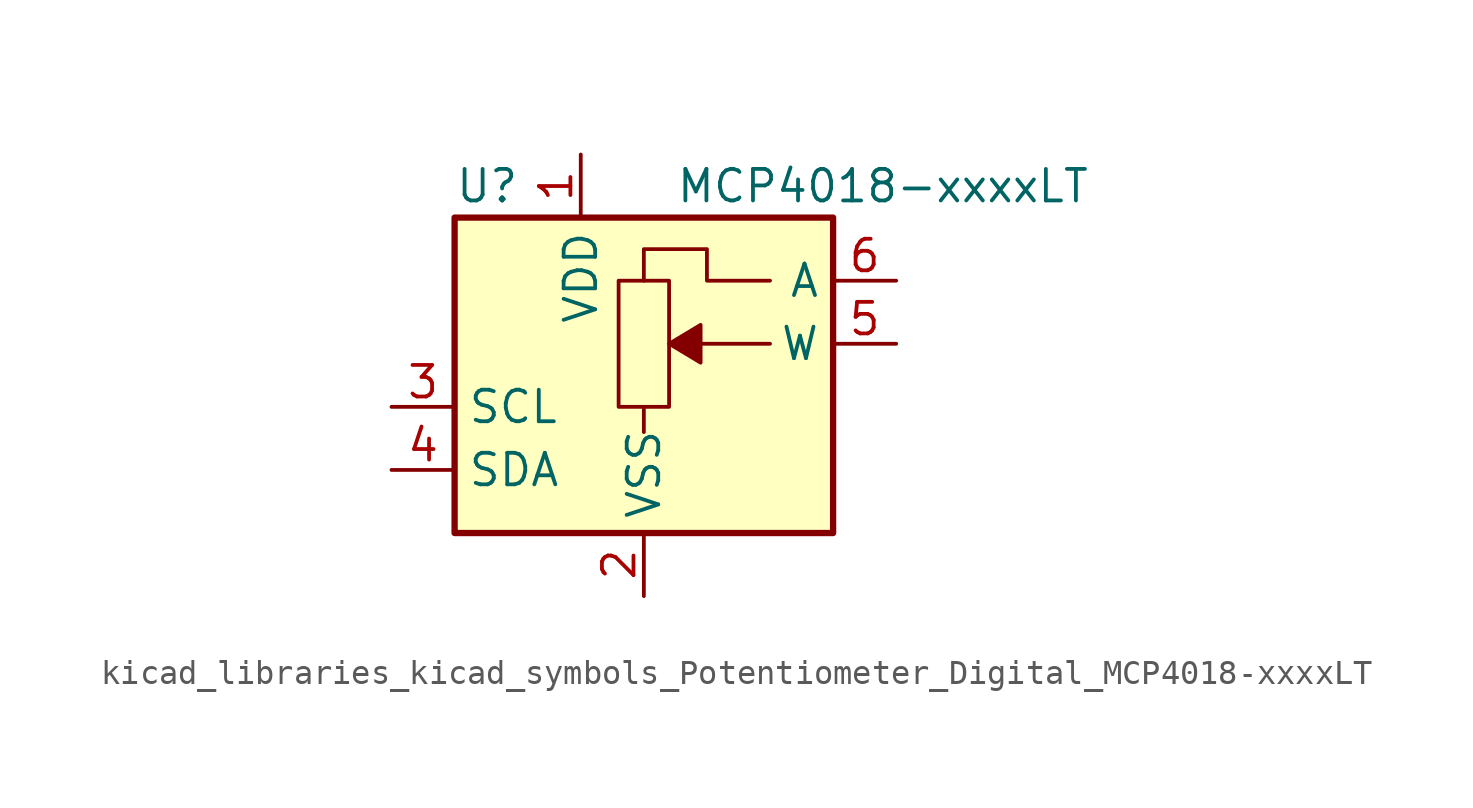
<source format=kicad_sym>
(kicad_symbol_lib
  (version 20220914)
  (generator kicad_symbol_editor)
  (symbol "kicad_libraries_kicad_symbols_Potentiometer_Digital_MCP4018-xxxxLT"
    (property "Reference" "U"
      (at -7.62 8.89 0)
      (effects (font (size 1.27 1.27)) (justify left)))
    (property "Value" "MCP4018-xxxxLT"
      (at 1.27 8.89 0)
      (effects (font (size 1.27 1.27)) (justify left)))
    (symbol "kicad_libraries_kicad_symbols_Potentiometer_Digital_MCP4018-xxxxLT_0_1"
      (polyline (pts (xy 0 0) (xy 0 -1.016)) (stroke (width 0) (type default)) (fill (type none)))
      (polyline (pts (xy 5.08 5.08) (xy 2.54 5.08) (xy 2.54 6.35) (xy 0 6.35) (xy 0 5.08)) (stroke (width 0) (type default)) (fill (type none))))
    (symbol "kicad_libraries_kicad_symbols_Potentiometer_Digital_MCP4018-xxxxLT_1_1"
      (rectangle (start -7.62 7.62) (end 7.62 -5.08) (stroke (width 0.254) (type default)) (fill (type background)))
      (polyline (pts (xy 5.08 2.54) (xy 2.286 2.54)) (stroke (width 0) (type default)) (fill (type none)))
      (polyline (pts (xy 2.286 1.778) (xy 2.286 3.302) (xy 1.016 2.54) (xy 2.286 1.778)) (stroke (width 0) (type default)) (fill (type outline)))
      (rectangle (start 1.016 0) (end -1.016 5.08) (stroke (width 0) (type default)) (fill (type none)))
      (pin power_in line (at -2.54 10.16 270) (length 2.54) (name "VDD" (effects (font (size 1.27 1.27)))) (number "1" (effects (font (size 1.27 1.27)))))
      (pin power_in line (at 0 -7.62 90) (length 2.54) (name "VSS" (effects (font (size 1.27 1.27)))) (number "2" (effects (font (size 1.27 1.27)))))
      (pin input line (at -10.16 0 0) (length 2.54) (name "SCL" (effects (font (size 1.27 1.27)))) (number "3" (effects (font (size 1.27 1.27)))))
      (pin bidirectional line (at -10.16 -2.54 0) (length 2.54) (name "SDA" (effects (font (size 1.27 1.27)))) (number "4" (effects (font (size 1.27 1.27)))))
      (pin passive line (at 10.16 2.54 180) (length 2.54) (name "W" (effects (font (size 1.27 1.27)))) (number "5" (effects (font (size 1.27 1.27)))))
      (pin passive line (at 10.16 5.08 180) (length 2.54) (name "A" (effects (font (size 1.27 1.27)))) (number "6" (effects (font (size 1.27 1.27))))))))
</source>
